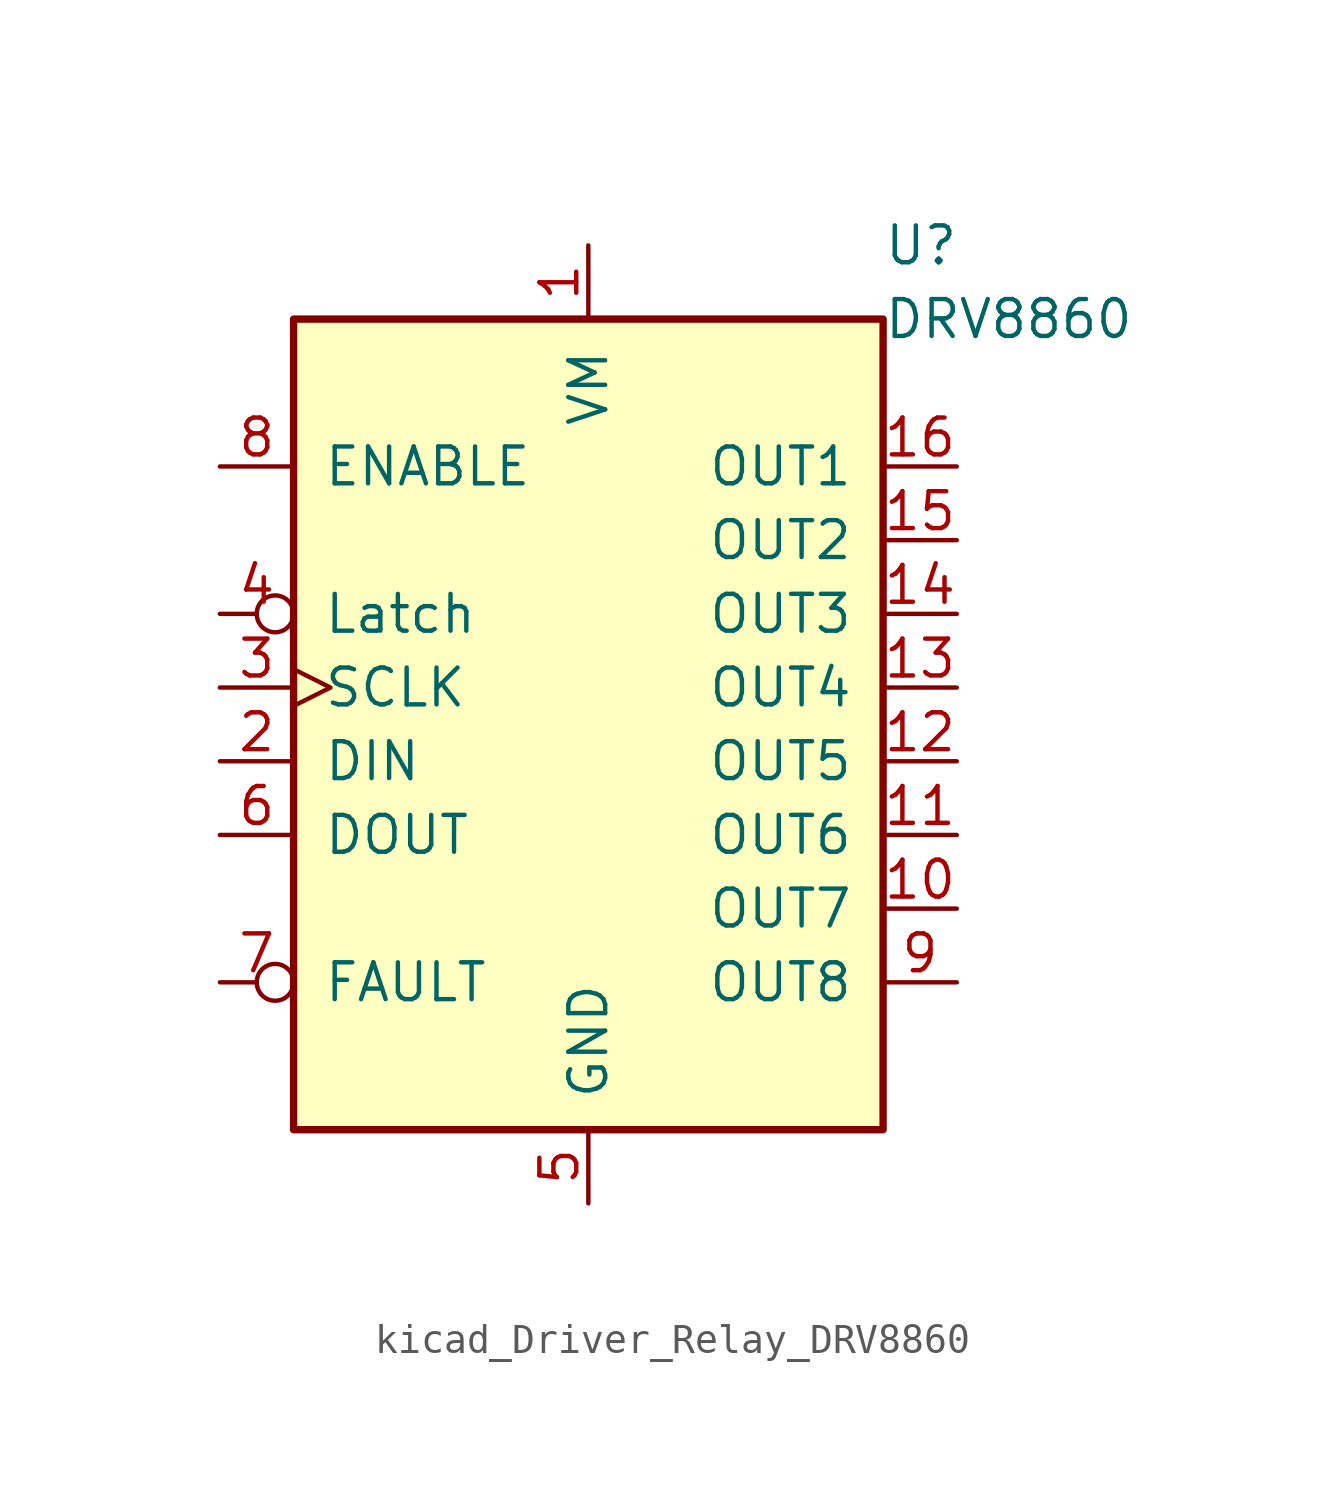
<source format=kicad_sym>
(kicad_symbol_lib
  (version 20220914)
  (generator kicad_symbol_editor)
  (symbol "kicad_Driver_Relay_DRV8860"
    (pin_names
      (offset 1.016))
    (property "Reference" "U"
      (at 10.16 17.78 0)
      (effects (font (size 1.27 1.27)) (justify left)))
    (property "Value" "DRV8860"
      (at 10.16 15.24 0)
      (effects (font (size 1.27 1.27)) (justify left)))
    (symbol "kicad_Driver_Relay_DRV8860_0_1"
      (rectangle (start -10.16 15.24) (end 10.16 -12.7) (stroke (width 0.254) (type default)) (fill (type background))))
    (symbol "kicad_Driver_Relay_DRV8860_1_1"
      (pin power_in line (at 0 17.78 270) (length 2.54) (name "VM" (effects (font (size 1.27 1.27)))) (number "1" (effects (font (size 1.27 1.27)))))
      (pin output line (at 12.7 -5.08 180) (length 2.54) (name "OUT7" (effects (font (size 1.27 1.27)))) (number "10" (effects (font (size 1.27 1.27)))))
      (pin output line (at 12.7 -2.54 180) (length 2.54) (name "OUT6" (effects (font (size 1.27 1.27)))) (number "11" (effects (font (size 1.27 1.27)))))
      (pin output line (at 12.7 0 180) (length 2.54) (name "OUT5" (effects (font (size 1.27 1.27)))) (number "12" (effects (font (size 1.27 1.27)))))
      (pin output line (at 12.7 2.54 180) (length 2.54) (name "OUT4" (effects (font (size 1.27 1.27)))) (number "13" (effects (font (size 1.27 1.27)))))
      (pin output line (at 12.7 5.08 180) (length 2.54) (name "OUT3" (effects (font (size 1.27 1.27)))) (number "14" (effects (font (size 1.27 1.27)))))
      (pin output line (at 12.7 7.62 180) (length 2.54) (name "OUT2" (effects (font (size 1.27 1.27)))) (number "15" (effects (font (size 1.27 1.27)))))
      (pin output line (at 12.7 10.16 180) (length 2.54) (name "OUT1" (effects (font (size 1.27 1.27)))) (number "16" (effects (font (size 1.27 1.27)))))
      (pin input line (at -12.7 0 0) (length 2.54) (name "DIN" (effects (font (size 1.27 1.27)))) (number "2" (effects (font (size 1.27 1.27)))))
      (pin input clock (at -12.7 2.54 0) (length 2.54) (name "SCLK" (effects (font (size 1.27 1.27)))) (number "3" (effects (font (size 1.27 1.27)))))
      (pin input inverted (at -12.7 5.08 0) (length 2.54) (name "Latch" (effects (font (size 1.27 1.27)))) (number "4" (effects (font (size 1.27 1.27)))))
      (pin power_in line (at 0 -15.24 90) (length 2.54) (name "GND" (effects (font (size 1.27 1.27)))) (number "5" (effects (font (size 1.27 1.27)))))
      (pin output line (at -12.7 -2.54 0) (length 2.54) (name "DOUT" (effects (font (size 1.27 1.27)))) (number "6" (effects (font (size 1.27 1.27)))))
      (pin open_collector inverted (at -12.7 -7.62 0) (length 2.54) (name "FAULT" (effects (font (size 1.27 1.27)))) (number "7" (effects (font (size 1.27 1.27)))))
      (pin input line (at -12.7 10.16 0) (length 2.54) (name "ENABLE" (effects (font (size 1.27 1.27)))) (number "8" (effects (font (size 1.27 1.27)))))
      (pin output line (at 12.7 -7.62 180) (length 2.54) (name "OUT8" (effects (font (size 1.27 1.27)))) (number "9" (effects (font (size 1.27 1.27))))))))
</source>
